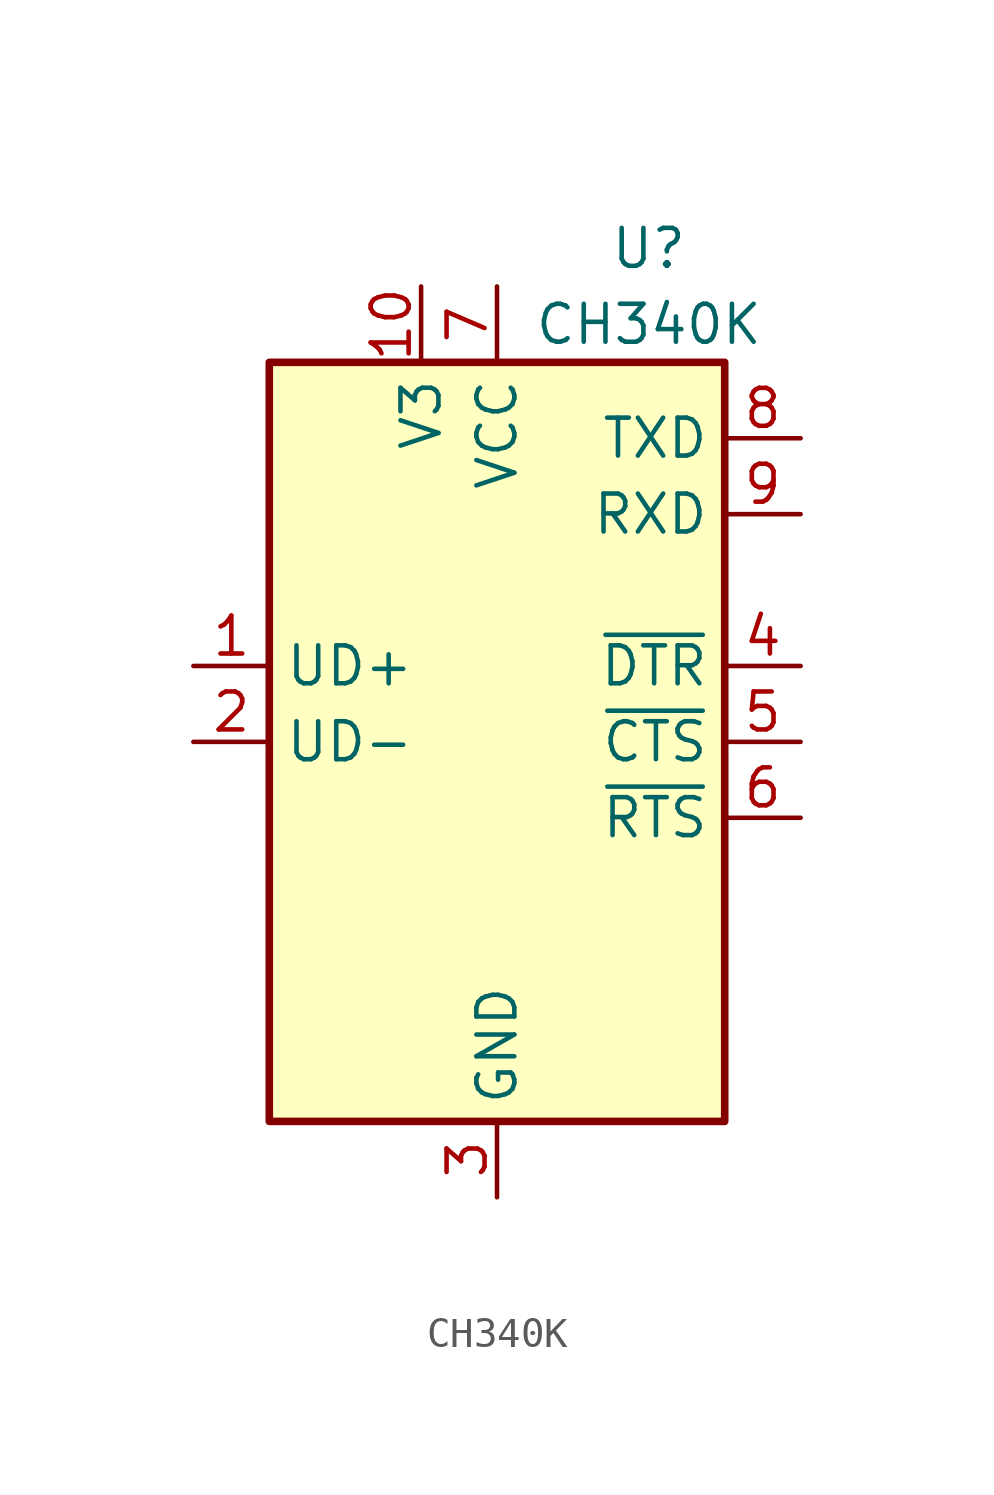
<source format=kicad_sym>
(kicad_symbol_lib
  (version 20211014)
  (generator kicad_symbol_editor)
  (symbol "CH340K"
    (property "Reference" "U"
      (at 5.08 16.51 0)
      (effects (font (size 1.27 1.27))))
    (property "Value" "CH340K"
      (at 5.08 13.97 0)
      (effects (font (size 1.27 1.27))))
    (symbol "CH340K_0_1"
      (rectangle (start -7.62 12.7) (end 7.62 -12.7) (stroke (width 0.254) (type default) (color 0 0 0 0)) (fill (type background))))
    (symbol "CH340K_1_1"
      (pin bidirectional line (at -10.16 2.54 0) (length 2.54) (name "UD+" (effects (font (size 1.27 1.27)))) (number "1" (effects (font (size 1.27 1.27)))))
      (pin passive line (at -2.54 15.24 270) (length 2.54) (name "V3" (effects (font (size 1.27 1.27)))) (number "10" (effects (font (size 1.27 1.27)))))
      (pin bidirectional line (at -10.16 0 0) (length 2.54) (name "UD-" (effects (font (size 1.27 1.27)))) (number "2" (effects (font (size 1.27 1.27)))))
      (pin power_in line (at 0 -15.24 90) (length 2.54) (name "GND" (effects (font (size 1.27 1.27)))) (number "3" (effects (font (size 1.27 1.27)))))
      (pin input line (at 10.16 2.54 180) (length 2.54) (name "~{DTR}" (effects (font (size 1.27 1.27)))) (number "4" (effects (font (size 1.27 1.27)))))
      (pin input line (at 10.16 0 180) (length 2.54) (name "~{CTS}" (effects (font (size 1.27 1.27)))) (number "5" (effects (font (size 1.27 1.27)))))
      (pin output line (at 10.16 -2.54 180) (length 2.54) (name "~{RTS}" (effects (font (size 1.27 1.27)))) (number "6" (effects (font (size 1.27 1.27)))))
      (pin power_in line (at 0 15.24 270) (length 2.54) (name "VCC" (effects (font (size 1.27 1.27)))) (number "7" (effects (font (size 1.27 1.27)))))
      (pin output line (at 10.16 10.16 180) (length 2.54) (name "TXD" (effects (font (size 1.27 1.27)))) (number "8" (effects (font (size 1.27 1.27)))))
      (pin input line (at 10.16 7.62 180) (length 2.54) (name "RXD" (effects (font (size 1.27 1.27)))) (number "9" (effects (font (size 1.27 1.27))))))))
</source>
